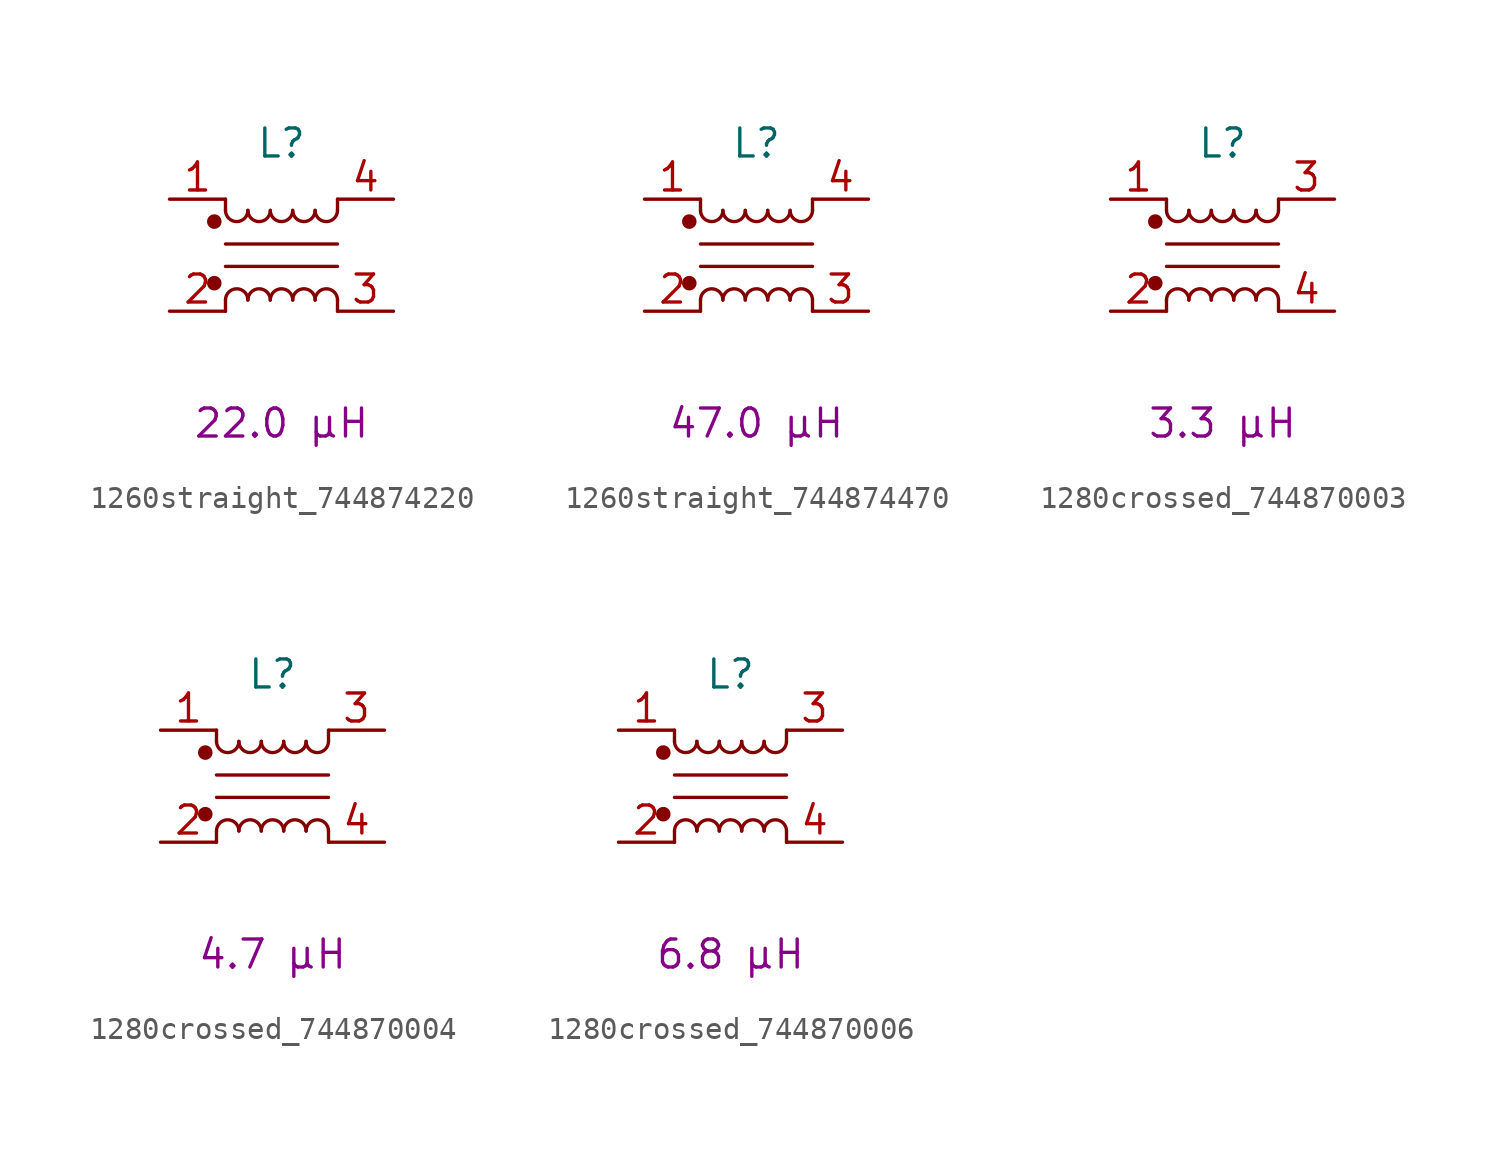
<source format=kicad_sym>
(kicad_symbol_lib
  (version 20220914)
  (generator kicad_symbol_editor)
  (symbol "1260straight_744874220"
    (pin_names hide)
    (property "Reference" "L"
      (at 0 5.08 0)
      (effects (font (size 1.27 1.27))))
    (property "Critical Parameter" "22.0 µH"
      (at 0 -7.62 0)
      (effects (font (size 1.27 1.27))))
    (symbol "1260straight_744874220_0_1"
      (circle (center -3.048 -1.27) (radius 0.254) (stroke (width 0) (type default)) (fill (type outline)))
      (circle (center -3.048 1.524) (radius 0.254) (stroke (width 0) (type default)) (fill (type outline)))
      (arc (start -2.54 2.032) (mid -2.032 1.5262) (end -1.524 2.032) (stroke (width 0) (type default)) (fill (type none)))
      (arc (start -1.524 -2.032) (mid -2.032 -1.5262) (end -2.54 -2.032) (stroke (width 0) (type default)) (fill (type none)))
      (arc (start -1.524 2.032) (mid -1.016 1.5262) (end -0.508 2.032) (stroke (width 0) (type default)) (fill (type none)))
      (arc (start -0.508 -2.032) (mid -1.016 -1.5262) (end -1.524 -2.032) (stroke (width 0) (type default)) (fill (type none)))
      (arc (start -0.508 2.032) (mid 0 1.5262) (end 0.508 2.032) (stroke (width 0) (type default)) (fill (type none)))
      (polyline (pts (xy -2.54 -2.032) (xy -2.54 -2.54)) (stroke (width 0) (type default)) (fill (type none)))
      (polyline (pts (xy -2.54 0.508) (xy 2.54 0.508)) (stroke (width 0) (type default)) (fill (type none)))
      (polyline (pts (xy -2.54 2.032) (xy -2.54 2.54)) (stroke (width 0) (type default)) (fill (type none)))
      (polyline (pts (xy 2.54 -2.032) (xy 2.54 -2.54)) (stroke (width 0) (type default)) (fill (type none)))
      (polyline (pts (xy 2.54 -0.508) (xy -2.54 -0.508)) (stroke (width 0) (type default)) (fill (type none)))
      (polyline (pts (xy 2.54 2.54) (xy 2.54 2.032)) (stroke (width 0) (type default)) (fill (type none)))
      (arc (start 0.508 -2.032) (mid 0 -1.5262) (end -0.508 -2.032) (stroke (width 0) (type default)) (fill (type none)))
      (arc (start 0.508 2.032) (mid 1.016 1.5262) (end 1.524 2.032) (stroke (width 0) (type default)) (fill (type none)))
      (arc (start 1.524 -2.032) (mid 1.016 -1.5262) (end 0.508 -2.032) (stroke (width 0) (type default)) (fill (type none)))
      (arc (start 1.524 2.032) (mid 2.032 1.5262) (end 2.54 2.032) (stroke (width 0) (type default)) (fill (type none)))
      (arc (start 2.54 -2.032) (mid 2.032 -1.5262) (end 1.524 -2.032) (stroke (width 0) (type default)) (fill (type none))))
    (symbol "1260straight_744874220_1_1"
      (pin passive line (at -5.08 2.54 0) (length 2.54) (name "1" (effects (font (size 1.27 1.27)))) (number "1" (effects (font (size 1.27 1.27)))))
      (pin passive line (at -5.08 -2.54 0) (length 2.54) (name "2" (effects (font (size 1.27 1.27)))) (number "2" (effects (font (size 1.27 1.27)))))
      (pin passive line (at 5.08 -2.54 180) (length 2.54) (name "3" (effects (font (size 1.27 1.27)))) (number "3" (effects (font (size 1.27 1.27)))))
      (pin passive line (at 5.08 2.54 180) (length 2.54) (name "4" (effects (font (size 1.27 1.27)))) (number "4" (effects (font (size 1.27 1.27)))))))
  (symbol "1260straight_744874470"
    (pin_names hide)
    (property "Reference" "L"
      (at 0 5.08 0)
      (effects (font (size 1.27 1.27))))
    (property "Critical Parameter" "47.0 µH"
      (at 0 -7.62 0)
      (effects (font (size 1.27 1.27))))
    (symbol "1260straight_744874470_0_1"
      (circle (center -3.048 -1.27) (radius 0.254) (stroke (width 0) (type default)) (fill (type outline)))
      (circle (center -3.048 1.524) (radius 0.254) (stroke (width 0) (type default)) (fill (type outline)))
      (arc (start -2.54 2.032) (mid -2.032 1.5262) (end -1.524 2.032) (stroke (width 0) (type default)) (fill (type none)))
      (arc (start -1.524 -2.032) (mid -2.032 -1.5262) (end -2.54 -2.032) (stroke (width 0) (type default)) (fill (type none)))
      (arc (start -1.524 2.032) (mid -1.016 1.5262) (end -0.508 2.032) (stroke (width 0) (type default)) (fill (type none)))
      (arc (start -0.508 -2.032) (mid -1.016 -1.5262) (end -1.524 -2.032) (stroke (width 0) (type default)) (fill (type none)))
      (arc (start -0.508 2.032) (mid 0 1.5262) (end 0.508 2.032) (stroke (width 0) (type default)) (fill (type none)))
      (polyline (pts (xy -2.54 -2.032) (xy -2.54 -2.54)) (stroke (width 0) (type default)) (fill (type none)))
      (polyline (pts (xy -2.54 0.508) (xy 2.54 0.508)) (stroke (width 0) (type default)) (fill (type none)))
      (polyline (pts (xy -2.54 2.032) (xy -2.54 2.54)) (stroke (width 0) (type default)) (fill (type none)))
      (polyline (pts (xy 2.54 -2.032) (xy 2.54 -2.54)) (stroke (width 0) (type default)) (fill (type none)))
      (polyline (pts (xy 2.54 -0.508) (xy -2.54 -0.508)) (stroke (width 0) (type default)) (fill (type none)))
      (polyline (pts (xy 2.54 2.54) (xy 2.54 2.032)) (stroke (width 0) (type default)) (fill (type none)))
      (arc (start 0.508 -2.032) (mid 0 -1.5262) (end -0.508 -2.032) (stroke (width 0) (type default)) (fill (type none)))
      (arc (start 0.508 2.032) (mid 1.016 1.5262) (end 1.524 2.032) (stroke (width 0) (type default)) (fill (type none)))
      (arc (start 1.524 -2.032) (mid 1.016 -1.5262) (end 0.508 -2.032) (stroke (width 0) (type default)) (fill (type none)))
      (arc (start 1.524 2.032) (mid 2.032 1.5262) (end 2.54 2.032) (stroke (width 0) (type default)) (fill (type none)))
      (arc (start 2.54 -2.032) (mid 2.032 -1.5262) (end 1.524 -2.032) (stroke (width 0) (type default)) (fill (type none))))
    (symbol "1260straight_744874470_1_1"
      (pin passive line (at -5.08 2.54 0) (length 2.54) (name "1" (effects (font (size 1.27 1.27)))) (number "1" (effects (font (size 1.27 1.27)))))
      (pin passive line (at -5.08 -2.54 0) (length 2.54) (name "2" (effects (font (size 1.27 1.27)))) (number "2" (effects (font (size 1.27 1.27)))))
      (pin passive line (at 5.08 -2.54 180) (length 2.54) (name "3" (effects (font (size 1.27 1.27)))) (number "3" (effects (font (size 1.27 1.27)))))
      (pin passive line (at 5.08 2.54 180) (length 2.54) (name "4" (effects (font (size 1.27 1.27)))) (number "4" (effects (font (size 1.27 1.27)))))))
  (symbol "1280crossed_744870003"
    (pin_names hide)
    (property "Reference" "L"
      (at 0 5.08 0)
      (effects (font (size 1.27 1.27))))
    (property "Critical Parameter" "3.3 µH"
      (at 0 -7.62 0)
      (effects (font (size 1.27 1.27))))
    (symbol "1280crossed_744870003_0_1"
      (circle (center -3.048 -1.27) (radius 0.254) (stroke (width 0) (type default)) (fill (type outline)))
      (circle (center -3.048 1.524) (radius 0.254) (stroke (width 0) (type default)) (fill (type outline)))
      (arc (start -2.54 2.032) (mid -2.032 1.5262) (end -1.524 2.032) (stroke (width 0) (type default)) (fill (type none)))
      (arc (start -1.524 -2.032) (mid -2.032 -1.5262) (end -2.54 -2.032) (stroke (width 0) (type default)) (fill (type none)))
      (arc (start -1.524 2.032) (mid -1.016 1.5262) (end -0.508 2.032) (stroke (width 0) (type default)) (fill (type none)))
      (arc (start -0.508 -2.032) (mid -1.016 -1.5262) (end -1.524 -2.032) (stroke (width 0) (type default)) (fill (type none)))
      (arc (start -0.508 2.032) (mid 0 1.5262) (end 0.508 2.032) (stroke (width 0) (type default)) (fill (type none)))
      (polyline (pts (xy -2.54 -2.032) (xy -2.54 -2.54)) (stroke (width 0) (type default)) (fill (type none)))
      (polyline (pts (xy -2.54 0.508) (xy 2.54 0.508)) (stroke (width 0) (type default)) (fill (type none)))
      (polyline (pts (xy -2.54 2.032) (xy -2.54 2.54)) (stroke (width 0) (type default)) (fill (type none)))
      (polyline (pts (xy 2.54 -2.032) (xy 2.54 -2.54)) (stroke (width 0) (type default)) (fill (type none)))
      (polyline (pts (xy 2.54 -0.508) (xy -2.54 -0.508)) (stroke (width 0) (type default)) (fill (type none)))
      (polyline (pts (xy 2.54 2.54) (xy 2.54 2.032)) (stroke (width 0) (type default)) (fill (type none)))
      (arc (start 0.508 -2.032) (mid 0 -1.5262) (end -0.508 -2.032) (stroke (width 0) (type default)) (fill (type none)))
      (arc (start 0.508 2.032) (mid 1.016 1.5262) (end 1.524 2.032) (stroke (width 0) (type default)) (fill (type none)))
      (arc (start 1.524 -2.032) (mid 1.016 -1.5262) (end 0.508 -2.032) (stroke (width 0) (type default)) (fill (type none)))
      (arc (start 1.524 2.032) (mid 2.032 1.5262) (end 2.54 2.032) (stroke (width 0) (type default)) (fill (type none)))
      (arc (start 2.54 -2.032) (mid 2.032 -1.5262) (end 1.524 -2.032) (stroke (width 0) (type default)) (fill (type none))))
    (symbol "1280crossed_744870003_1_1"
      (pin passive line (at -5.08 2.54 0) (length 2.54) (name "1" (effects (font (size 1.27 1.27)))) (number "1" (effects (font (size 1.27 1.27)))))
      (pin passive line (at -5.08 -2.54 0) (length 2.54) (name "2" (effects (font (size 1.27 1.27)))) (number "2" (effects (font (size 1.27 1.27)))))
      (pin passive line (at 5.08 2.54 180) (length 2.54) (name "3" (effects (font (size 1.27 1.27)))) (number "3" (effects (font (size 1.27 1.27)))))
      (pin passive line (at 5.08 -2.54 180) (length 2.54) (name "4" (effects (font (size 1.27 1.27)))) (number "4" (effects (font (size 1.27 1.27)))))))
  (symbol "1280crossed_744870004"
    (pin_names hide)
    (property "Reference" "L"
      (at 0 5.08 0)
      (effects (font (size 1.27 1.27))))
    (property "Critical Parameter" "4.7 µH"
      (at 0 -7.62 0)
      (effects (font (size 1.27 1.27))))
    (symbol "1280crossed_744870004_0_1"
      (circle (center -3.048 -1.27) (radius 0.254) (stroke (width 0) (type default)) (fill (type outline)))
      (circle (center -3.048 1.524) (radius 0.254) (stroke (width 0) (type default)) (fill (type outline)))
      (arc (start -2.54 2.032) (mid -2.032 1.5262) (end -1.524 2.032) (stroke (width 0) (type default)) (fill (type none)))
      (arc (start -1.524 -2.032) (mid -2.032 -1.5262) (end -2.54 -2.032) (stroke (width 0) (type default)) (fill (type none)))
      (arc (start -1.524 2.032) (mid -1.016 1.5262) (end -0.508 2.032) (stroke (width 0) (type default)) (fill (type none)))
      (arc (start -0.508 -2.032) (mid -1.016 -1.5262) (end -1.524 -2.032) (stroke (width 0) (type default)) (fill (type none)))
      (arc (start -0.508 2.032) (mid 0 1.5262) (end 0.508 2.032) (stroke (width 0) (type default)) (fill (type none)))
      (polyline (pts (xy -2.54 -2.032) (xy -2.54 -2.54)) (stroke (width 0) (type default)) (fill (type none)))
      (polyline (pts (xy -2.54 0.508) (xy 2.54 0.508)) (stroke (width 0) (type default)) (fill (type none)))
      (polyline (pts (xy -2.54 2.032) (xy -2.54 2.54)) (stroke (width 0) (type default)) (fill (type none)))
      (polyline (pts (xy 2.54 -2.032) (xy 2.54 -2.54)) (stroke (width 0) (type default)) (fill (type none)))
      (polyline (pts (xy 2.54 -0.508) (xy -2.54 -0.508)) (stroke (width 0) (type default)) (fill (type none)))
      (polyline (pts (xy 2.54 2.54) (xy 2.54 2.032)) (stroke (width 0) (type default)) (fill (type none)))
      (arc (start 0.508 -2.032) (mid 0 -1.5262) (end -0.508 -2.032) (stroke (width 0) (type default)) (fill (type none)))
      (arc (start 0.508 2.032) (mid 1.016 1.5262) (end 1.524 2.032) (stroke (width 0) (type default)) (fill (type none)))
      (arc (start 1.524 -2.032) (mid 1.016 -1.5262) (end 0.508 -2.032) (stroke (width 0) (type default)) (fill (type none)))
      (arc (start 1.524 2.032) (mid 2.032 1.5262) (end 2.54 2.032) (stroke (width 0) (type default)) (fill (type none)))
      (arc (start 2.54 -2.032) (mid 2.032 -1.5262) (end 1.524 -2.032) (stroke (width 0) (type default)) (fill (type none))))
    (symbol "1280crossed_744870004_1_1"
      (pin passive line (at -5.08 2.54 0) (length 2.54) (name "1" (effects (font (size 1.27 1.27)))) (number "1" (effects (font (size 1.27 1.27)))))
      (pin passive line (at -5.08 -2.54 0) (length 2.54) (name "2" (effects (font (size 1.27 1.27)))) (number "2" (effects (font (size 1.27 1.27)))))
      (pin passive line (at 5.08 2.54 180) (length 2.54) (name "3" (effects (font (size 1.27 1.27)))) (number "3" (effects (font (size 1.27 1.27)))))
      (pin passive line (at 5.08 -2.54 180) (length 2.54) (name "4" (effects (font (size 1.27 1.27)))) (number "4" (effects (font (size 1.27 1.27)))))))
  (symbol "1280crossed_744870006"
    (pin_names hide)
    (property "Reference" "L"
      (at 0 5.08 0)
      (effects (font (size 1.27 1.27))))
    (property "Critical Parameter" "6.8 µH"
      (at 0 -7.62 0)
      (effects (font (size 1.27 1.27))))
    (symbol "1280crossed_744870006_0_1"
      (circle (center -3.048 -1.27) (radius 0.254) (stroke (width 0) (type default)) (fill (type outline)))
      (circle (center -3.048 1.524) (radius 0.254) (stroke (width 0) (type default)) (fill (type outline)))
      (arc (start -2.54 2.032) (mid -2.032 1.5262) (end -1.524 2.032) (stroke (width 0) (type default)) (fill (type none)))
      (arc (start -1.524 -2.032) (mid -2.032 -1.5262) (end -2.54 -2.032) (stroke (width 0) (type default)) (fill (type none)))
      (arc (start -1.524 2.032) (mid -1.016 1.5262) (end -0.508 2.032) (stroke (width 0) (type default)) (fill (type none)))
      (arc (start -0.508 -2.032) (mid -1.016 -1.5262) (end -1.524 -2.032) (stroke (width 0) (type default)) (fill (type none)))
      (arc (start -0.508 2.032) (mid 0 1.5262) (end 0.508 2.032) (stroke (width 0) (type default)) (fill (type none)))
      (polyline (pts (xy -2.54 -2.032) (xy -2.54 -2.54)) (stroke (width 0) (type default)) (fill (type none)))
      (polyline (pts (xy -2.54 0.508) (xy 2.54 0.508)) (stroke (width 0) (type default)) (fill (type none)))
      (polyline (pts (xy -2.54 2.032) (xy -2.54 2.54)) (stroke (width 0) (type default)) (fill (type none)))
      (polyline (pts (xy 2.54 -2.032) (xy 2.54 -2.54)) (stroke (width 0) (type default)) (fill (type none)))
      (polyline (pts (xy 2.54 -0.508) (xy -2.54 -0.508)) (stroke (width 0) (type default)) (fill (type none)))
      (polyline (pts (xy 2.54 2.54) (xy 2.54 2.032)) (stroke (width 0) (type default)) (fill (type none)))
      (arc (start 0.508 -2.032) (mid 0 -1.5262) (end -0.508 -2.032) (stroke (width 0) (type default)) (fill (type none)))
      (arc (start 0.508 2.032) (mid 1.016 1.5262) (end 1.524 2.032) (stroke (width 0) (type default)) (fill (type none)))
      (arc (start 1.524 -2.032) (mid 1.016 -1.5262) (end 0.508 -2.032) (stroke (width 0) (type default)) (fill (type none)))
      (arc (start 1.524 2.032) (mid 2.032 1.5262) (end 2.54 2.032) (stroke (width 0) (type default)) (fill (type none)))
      (arc (start 2.54 -2.032) (mid 2.032 -1.5262) (end 1.524 -2.032) (stroke (width 0) (type default)) (fill (type none))))
    (symbol "1280crossed_744870006_1_1"
      (pin passive line (at -5.08 2.54 0) (length 2.54) (name "1" (effects (font (size 1.27 1.27)))) (number "1" (effects (font (size 1.27 1.27)))))
      (pin passive line (at -5.08 -2.54 0) (length 2.54) (name "2" (effects (font (size 1.27 1.27)))) (number "2" (effects (font (size 1.27 1.27)))))
      (pin passive line (at 5.08 2.54 180) (length 2.54) (name "3" (effects (font (size 1.27 1.27)))) (number "3" (effects (font (size 1.27 1.27)))))
      (pin passive line (at 5.08 -2.54 180) (length 2.54) (name "4" (effects (font (size 1.27 1.27)))) (number "4" (effects (font (size 1.27 1.27))))))))
</source>
